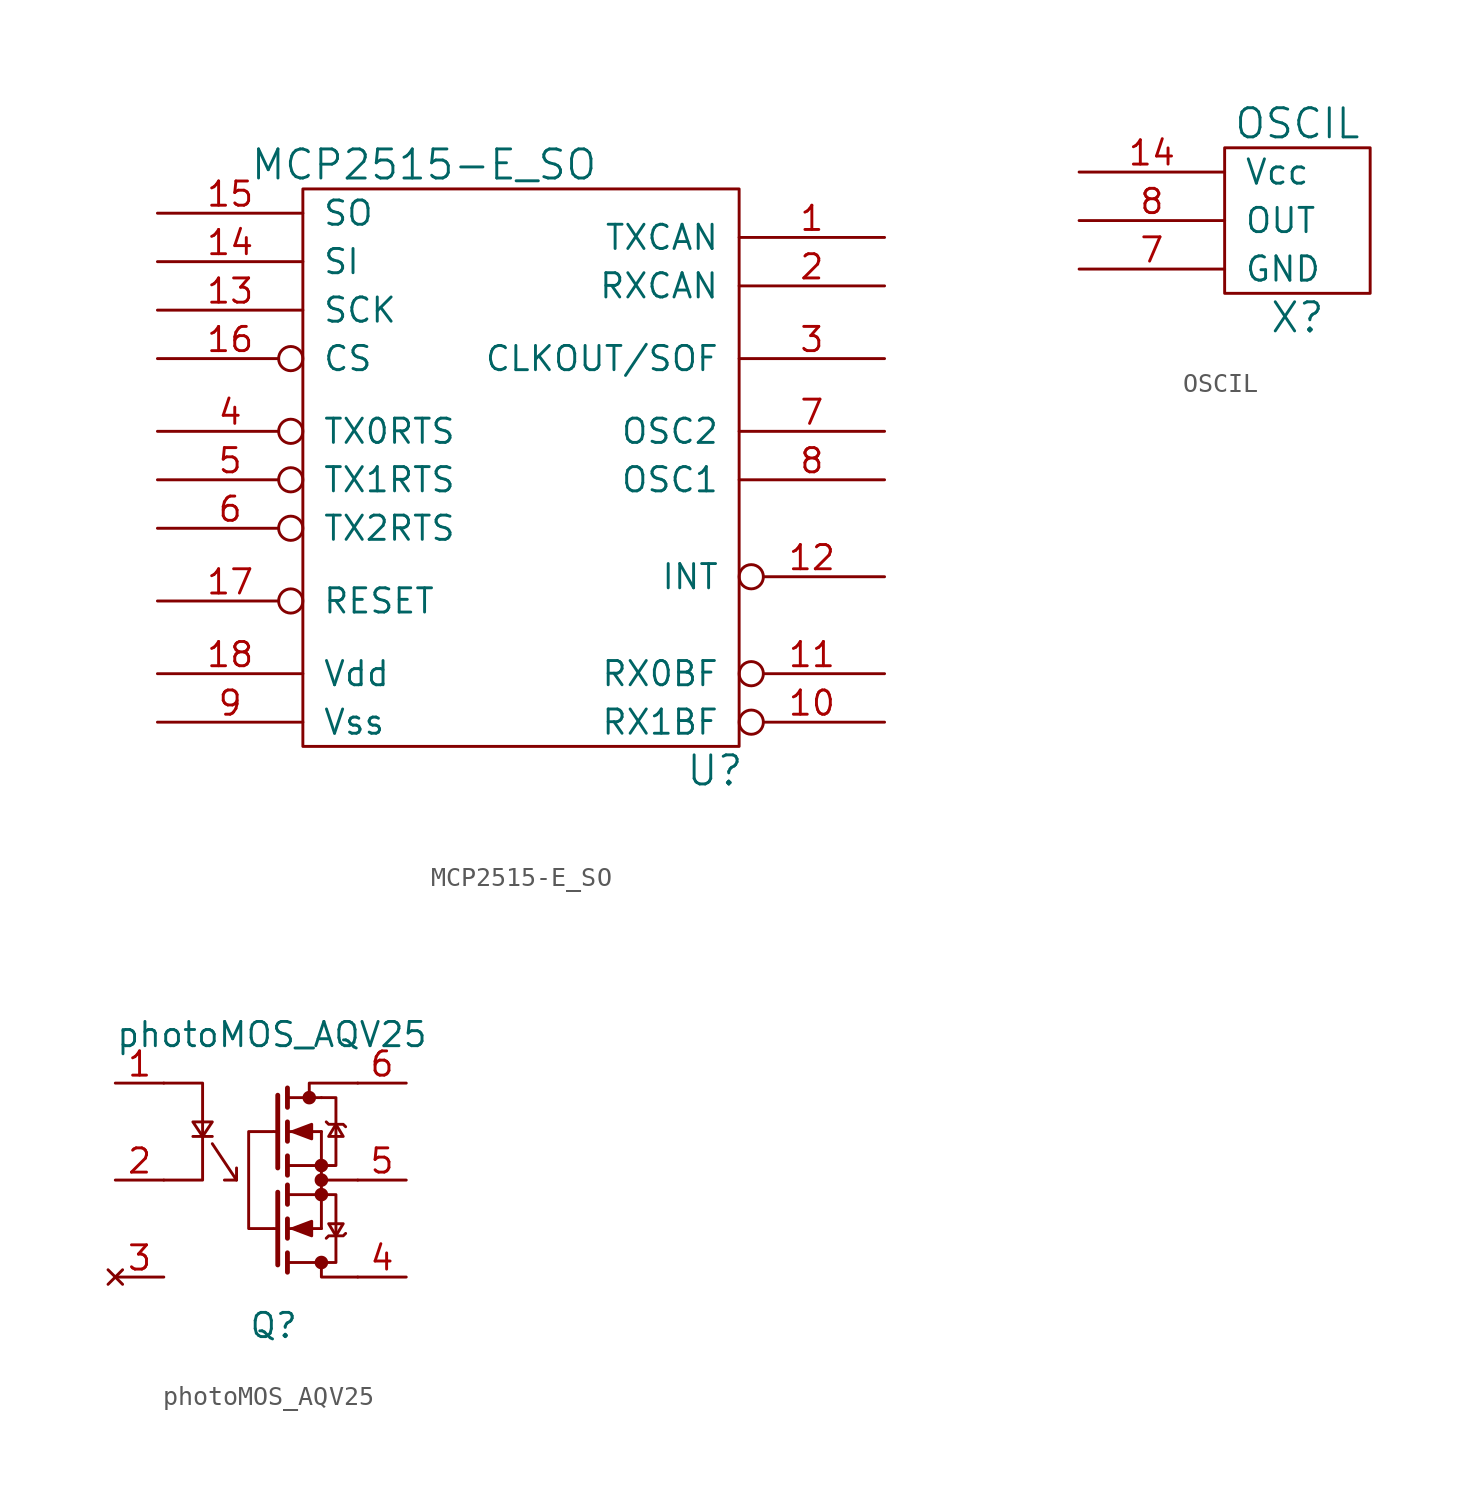
<source format=kicad_sym>
(kicad_symbol_lib
  (version 20220914)
  (generator kicad_symbol_editor)
  (symbol "MCP2515-E_SO"
    (pin_names
      (offset 1.016))
    (property "Reference" "U"
      (at 13.97 -16.51 0)
      (effects (font (size 1.524 1.524))))
    (property "Value" "MCP2515-E_SO"
      (at -1.27 15.24 0)
      (effects (font (size 1.524 1.524))))
    (symbol "MCP2515-E_SO_0_1"
      (rectangle (start -7.62 13.97) (end 15.24 -15.24) (stroke (width 0) (type solid)) (fill (type none))))
    (symbol "MCP2515-E_SO_1_1"
      (pin output line (at 22.86 11.43 180) (length 7.62) (name "TXCAN" (effects (font (size 1.27 1.27)))) (number "1" (effects (font (size 1.27 1.27)))))
      (pin input inverted (at 22.86 -13.97 180) (length 7.62) (name "RX1BF" (effects (font (size 1.27 1.27)))) (number "10" (effects (font (size 1.27 1.27)))))
      (pin input inverted (at 22.86 -11.43 180) (length 7.62) (name "RX0BF" (effects (font (size 1.27 1.27)))) (number "11" (effects (font (size 1.27 1.27)))))
      (pin input inverted (at 22.86 -6.35 180) (length 7.62) (name "INT" (effects (font (size 1.27 1.27)))) (number "12" (effects (font (size 1.27 1.27)))))
      (pin input line (at -15.24 7.62 0) (length 7.62) (name "SCK" (effects (font (size 1.27 1.27)))) (number "13" (effects (font (size 1.27 1.27)))))
      (pin input line (at -15.24 10.16 0) (length 7.62) (name "SI" (effects (font (size 1.27 1.27)))) (number "14" (effects (font (size 1.27 1.27)))))
      (pin output line (at -15.24 12.7 0) (length 7.62) (name "SO" (effects (font (size 1.27 1.27)))) (number "15" (effects (font (size 1.27 1.27)))))
      (pin input inverted (at -15.24 5.08 0) (length 7.62) (name "CS" (effects (font (size 1.27 1.27)))) (number "16" (effects (font (size 1.27 1.27)))))
      (pin input inverted (at -15.24 -7.62 0) (length 7.62) (name "RESET" (effects (font (size 1.27 1.27)))) (number "17" (effects (font (size 1.27 1.27)))))
      (pin power_in line (at -15.24 -11.43 0) (length 7.62) (name "Vdd" (effects (font (size 1.27 1.27)))) (number "18" (effects (font (size 1.27 1.27)))))
      (pin input line (at 22.86 8.89 180) (length 7.62) (name "RXCAN" (effects (font (size 1.27 1.27)))) (number "2" (effects (font (size 1.27 1.27)))))
      (pin output line (at 22.86 5.08 180) (length 7.62) (name "CLKOUT/SOF" (effects (font (size 1.27 1.27)))) (number "3" (effects (font (size 1.27 1.27)))))
      (pin output inverted (at -15.24 1.27 0) (length 7.62) (name "TX0RTS" (effects (font (size 1.27 1.27)))) (number "4" (effects (font (size 1.27 1.27)))))
      (pin output inverted (at -15.24 -1.27 0) (length 7.62) (name "TX1RTS" (effects (font (size 1.27 1.27)))) (number "5" (effects (font (size 1.27 1.27)))))
      (pin output inverted (at -15.24 -3.81 0) (length 7.62) (name "TX2RTS" (effects (font (size 1.27 1.27)))) (number "6" (effects (font (size 1.27 1.27)))))
      (pin input line (at 22.86 1.27 180) (length 7.62) (name "OSC2" (effects (font (size 1.27 1.27)))) (number "7" (effects (font (size 1.27 1.27)))))
      (pin input line (at 22.86 -1.27 180) (length 7.62) (name "OSC1" (effects (font (size 1.27 1.27)))) (number "8" (effects (font (size 1.27 1.27)))))
      (pin power_in line (at -15.24 -13.97 0) (length 7.62) (name "Vss" (effects (font (size 1.27 1.27)))) (number "9" (effects (font (size 1.27 1.27)))))))
  (symbol "OSCIL"
    (pin_names
      (offset 1.016))
    (property "Reference" "X"
      (at 0 -5.08 0)
      (effects (font (size 1.524 1.524))))
    (property "Value" "OSCIL"
      (at 0 5.08 0)
      (effects (font (size 1.524 1.524))))
    (symbol "OSCIL_0_1"
      (rectangle (start -3.81 3.81) (end 3.81 -3.81) (stroke (width 0) (type solid)) (fill (type none))))
    (symbol "OSCIL_1_1"
      (pin power_in line (at -11.43 2.54 0) (length 7.62) (name "Vcc" (effects (font (size 1.27 1.27)))) (number "14" (effects (font (size 1.27 1.27)))))
      (pin power_in line (at -11.43 -2.54 0) (length 7.62) (name "GND" (effects (font (size 1.27 1.27)))) (number "7" (effects (font (size 1.27 1.27)))))
      (pin output line (at -11.43 0 0) (length 7.62) (name "OUT" (effects (font (size 1.27 1.27)))) (number "8" (effects (font (size 1.27 1.27)))))))
  (symbol "photoMOS_AQV25"
    (pin_names
      (offset 0) hide)
    (property "Reference" "Q"
      (at -0.635 -1.27 0)
      (effects (font (size 1.27 1.27)) (justify left)))
    (property "Value" "photoMOS_AQV25"
      (at -7.62 13.97 0)
      (effects (font (size 1.27 1.27)) (justify left)))
    (symbol "photoMOS_AQV25_0_1"
      (polyline (pts (xy -3.556 8.636) (xy -2.54 8.636)) (stroke (width 0) (type solid)) (fill (type none)))
      (polyline (pts (xy -1.27 6.35) (xy -1.27 6.985)) (stroke (width 0) (type solid)) (fill (type none)))
      (polyline (pts (xy 0.686 8.89) (xy 0.889 8.89)) (stroke (width 0) (type solid)) (fill (type none)))
      (polyline (pts (xy 1.397 7.112) (xy 3.175 7.112)) (stroke (width 0) (type solid)) (fill (type none)))
      (polyline (pts (xy 1.397 7.62) (xy 1.397 6.604)) (stroke (width 0.254) (type solid)) (fill (type none)))
      (polyline (pts (xy 1.397 8.89) (xy 3.175 8.89)) (stroke (width 0) (type solid)) (fill (type none)))
      (polyline (pts (xy 1.397 9.398) (xy 1.397 8.382)) (stroke (width 0.254) (type solid)) (fill (type none)))
      (polyline (pts (xy 1.397 10.668) (xy 3.175 10.668)) (stroke (width 0) (type solid)) (fill (type none)))
      (polyline (pts (xy 1.397 11.176) (xy 1.397 10.16)) (stroke (width 0.254) (type solid)) (fill (type none)))
      (polyline (pts (xy 3.175 6.35) (xy 3.175 5.715)) (stroke (width 0) (type solid)) (fill (type none)))
      (polyline (pts (xy 3.175 7.112) (xy 3.175 8.89)) (stroke (width 0) (type solid)) (fill (type none)))
      (polyline (pts (xy -2.54 8.255) (xy -1.27 6.35) (xy -1.905 6.35)) (stroke (width 0) (type solid)) (fill (type none)))
      (polyline (pts (xy 0.889 10.795) (xy 0.889 6.985) (xy 0.889 6.985)) (stroke (width 0.254) (type solid)) (fill (type none)))
      (polyline (pts (xy 5.08 1.27) (xy 3.175 1.27) (xy 3.175 1.905)) (stroke (width 0) (type solid)) (fill (type none)))
      (polyline (pts (xy 5.08 6.35) (xy 3.175 6.35) (xy 3.175 6.985)) (stroke (width 0) (type solid)) (fill (type none)))
      (polyline (pts (xy 5.08 11.43) (xy 2.54 11.43) (xy 2.54 10.795)) (stroke (width 0) (type solid)) (fill (type none)))
      (polyline (pts (xy -5.08 6.35) (xy -3.048 6.35) (xy -3.048 11.43) (xy -5.08 11.43)) (stroke (width 0) (type solid)) (fill (type none)))
      (polyline (pts (xy -3.556 9.398) (xy -2.54 9.398) (xy -3.048 8.636) (xy -3.556 9.398)) (stroke (width 0) (type solid)) (fill (type none)))
      (polyline (pts (xy 0.635 8.89) (xy -0.635 8.89) (xy -0.635 3.81) (xy 0.635 3.81)) (stroke (width 0) (type solid)) (fill (type none)))
      (polyline (pts (xy 1.651 8.89) (xy 2.667 9.271) (xy 2.667 8.509) (xy 1.651 8.89)) (stroke (width 0) (type solid)) (fill (type outline)))
      (polyline (pts (xy 3.175 7.112) (xy 3.937 7.112) (xy 3.937 10.668) (xy 3.175 10.668)) (stroke (width 0) (type solid)) (fill (type none)))
      (polyline (pts (xy 3.429 9.398) (xy 3.556 9.271) (xy 4.318 9.271) (xy 4.445 9.144)) (stroke (width 0) (type solid)) (fill (type none)))
      (polyline (pts (xy 3.937 9.271) (xy 3.556 8.636) (xy 4.318 8.636) (xy 3.937 9.271)) (stroke (width 0) (type solid)) (fill (type none))))
    (symbol "photoMOS_AQV25_1_1"
      (polyline (pts (xy 0.686 3.81) (xy 0.889 3.81)) (stroke (width 0) (type solid)) (fill (type none)))
      (polyline (pts (xy 1.397 1.524) (xy 1.397 2.54)) (stroke (width 0.254) (type solid)) (fill (type none)))
      (polyline (pts (xy 1.397 2.032) (xy 3.175 2.032)) (stroke (width 0) (type solid)) (fill (type none)))
      (polyline (pts (xy 1.397 3.302) (xy 1.397 4.318)) (stroke (width 0.254) (type solid)) (fill (type none)))
      (polyline (pts (xy 1.397 3.81) (xy 3.175 3.81)) (stroke (width 0) (type solid)) (fill (type none)))
      (polyline (pts (xy 1.397 5.08) (xy 1.397 6.096)) (stroke (width 0.254) (type solid)) (fill (type none)))
      (polyline (pts (xy 1.397 5.588) (xy 3.175 5.588)) (stroke (width 0) (type solid)) (fill (type none)))
      (polyline (pts (xy 3.175 5.588) (xy 3.175 3.81)) (stroke (width 0) (type solid)) (fill (type none)))
      (polyline (pts (xy 0.889 1.905) (xy 0.889 5.715) (xy 0.889 5.715)) (stroke (width 0.254) (type solid)) (fill (type none)))
      (polyline (pts (xy 1.651 3.81) (xy 2.667 3.429) (xy 2.667 4.191) (xy 1.651 3.81)) (stroke (width 0) (type solid)) (fill (type outline)))
      (polyline (pts (xy 3.175 5.588) (xy 3.937 5.588) (xy 3.937 2.032) (xy 3.175 2.032)) (stroke (width 0) (type solid)) (fill (type none)))
      (polyline (pts (xy 3.429 3.302) (xy 3.556 3.429) (xy 4.318 3.429) (xy 4.445 3.556)) (stroke (width 0) (type solid)) (fill (type none)))
      (polyline (pts (xy 3.937 3.429) (xy 3.556 4.064) (xy 4.318 4.064) (xy 3.937 3.429)) (stroke (width 0) (type solid)) (fill (type none)))
      (circle (center 2.54 10.668) (radius 0.279) (stroke (width 0) (type solid)) (fill (type outline)))
      (circle (center 3.175 2.032) (radius 0.279) (stroke (width 0) (type solid)) (fill (type outline)))
      (circle (center 3.175 5.588) (radius 0.279) (stroke (width 0) (type solid)) (fill (type outline)))
      (circle (center 3.175 6.35) (radius 0.279) (stroke (width 0) (type solid)) (fill (type outline)))
      (circle (center 3.175 7.112) (radius 0.279) (stroke (width 0) (type solid)) (fill (type outline)))
      (pin input line (at -7.62 11.43 0) (length 2.54) (name "in" (effects (font (size 1.27 1.27)))) (number "1" (effects (font (size 1.27 1.27)))))
      (pin passive line (at -7.62 6.35 0) (length 2.54) (name "in" (effects (font (size 1.27 1.27)))) (number "2" (effects (font (size 1.27 1.27)))))
      (pin no_connect line (at -7.62 1.27 0) (length 2.54) (name "~" (effects (font (size 1.27 1.27)))) (number "3" (effects (font (size 1.27 1.27)))))
      (pin passive line (at 7.62 1.27 180) (length 2.54) (name "~" (effects (font (size 1.27 1.27)))) (number "4" (effects (font (size 1.27 1.27)))))
      (pin passive line (at 7.62 6.35 180) (length 2.54) (name "~" (effects (font (size 1.27 1.27)))) (number "5" (effects (font (size 1.27 1.27)))))
      (pin passive line (at 7.62 11.43 180) (length 2.54) (name "~" (effects (font (size 1.27 1.27)))) (number "6" (effects (font (size 1.27 1.27))))))))
</source>
